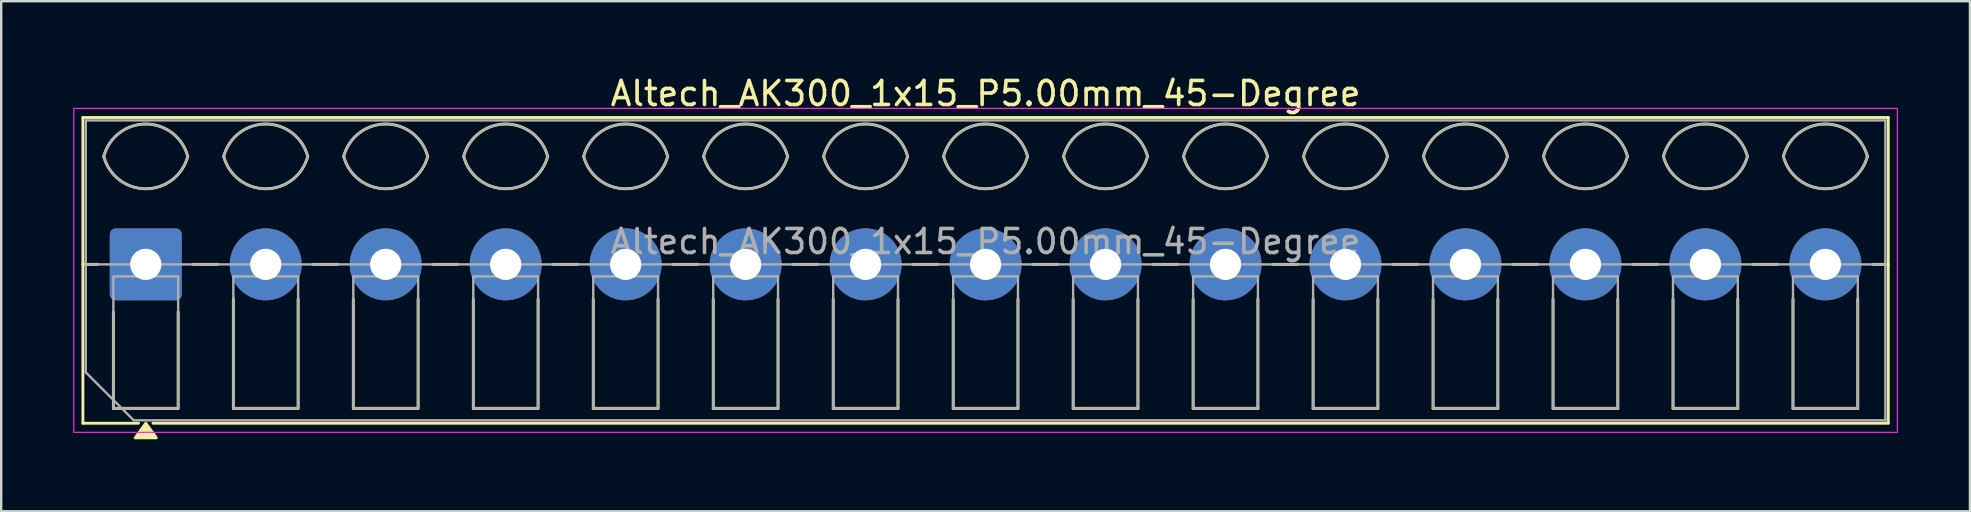
<source format=kicad_pcb>
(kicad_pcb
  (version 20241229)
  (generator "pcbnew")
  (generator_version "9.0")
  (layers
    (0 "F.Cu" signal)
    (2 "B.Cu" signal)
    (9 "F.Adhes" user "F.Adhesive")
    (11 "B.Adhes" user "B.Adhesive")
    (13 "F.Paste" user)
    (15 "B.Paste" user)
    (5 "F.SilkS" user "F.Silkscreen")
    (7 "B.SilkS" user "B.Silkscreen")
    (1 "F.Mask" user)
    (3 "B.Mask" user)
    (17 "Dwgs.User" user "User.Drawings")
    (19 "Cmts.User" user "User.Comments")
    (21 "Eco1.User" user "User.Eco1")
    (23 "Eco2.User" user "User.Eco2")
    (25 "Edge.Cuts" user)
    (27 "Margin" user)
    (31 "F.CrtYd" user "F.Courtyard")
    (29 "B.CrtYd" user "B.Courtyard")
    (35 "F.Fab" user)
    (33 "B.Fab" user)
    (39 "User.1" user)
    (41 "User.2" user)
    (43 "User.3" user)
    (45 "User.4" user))
  (footprint "Altech_AK300_1x15_P5.00mm_45-Degree"
    (layer "F.Cu")
    (at 3.025 7.968)
    (property "Reference" "Altech_AK300_1x15_P5.00mm_45-Degree" (at 35 -7.12 0) (layer "F.SilkS") (effects (font (size 1 1) (thickness 0.15))))
    (attr through_hole)
    (fp_line (start -2.62 -6.12) (end 72.62 -6.12) (stroke (width 0.12) (type solid)) (layer "F.SilkS"))
    (fp_line (start -2.62 0) (end -1.98 0) (stroke (width 0.12) (type solid)) (layer "F.SilkS"))
    (fp_line (start -2.62 6.62) (end -2.62 -6.12) (stroke (width 0.12) (type solid)) (layer "F.SilkS"))
    (fp_line (start -1.35 6) (end -1.35 1.98) (stroke (width 0.12) (type solid)) (layer "F.SilkS"))
    (fp_line (start -0.3 6.62) (end -2.62 6.62) (stroke (width 0.12) (type solid)) (layer "F.SilkS"))
    (fp_line (start 1.35 1.98) (end 1.35 6) (stroke (width 0.12) (type solid)) (layer "F.SilkS"))
    (fp_line (start 1.35 6) (end -1.35 6) (stroke (width 0.12) (type solid)) (layer "F.SilkS"))
    (fp_line (start 1.98 0) (end 3.02 0) (stroke (width 0.12) (type solid)) (layer "F.SilkS"))
    (fp_line (start 3.65 6) (end 3.65 1.448) (stroke (width 0.12) (type solid)) (layer "F.SilkS"))
    (fp_line (start 6.35 1.448) (end 6.35 6) (stroke (width 0.12) (type solid)) (layer "F.SilkS"))
    (fp_line (start 6.35 6) (end 3.65 6) (stroke (width 0.12) (type solid)) (layer "F.SilkS"))
    (fp_line (start 6.98 0) (end 8.02 0) (stroke (width 0.12) (type solid)) (layer "F.SilkS"))
    (fp_line (start 8.65 6) (end 8.65 1.448) (stroke (width 0.12) (type solid)) (layer "F.SilkS"))
    (fp_line (start 11.35 1.448) (end 11.35 6) (stroke (width 0.12) (type solid)) (layer "F.SilkS"))
    (fp_line (start 11.35 6) (end 8.65 6) (stroke (width 0.12) (type solid)) (layer "F.SilkS"))
    (fp_line (start 11.98 0) (end 13.02 0) (stroke (width 0.12) (type solid)) (layer "F.SilkS"))
    (fp_line (start 13.65 6) (end 13.65 1.448) (stroke (width 0.12) (type solid)) (layer "F.SilkS"))
    (fp_line (start 16.35 1.448) (end 16.35 6) (stroke (width 0.12) (type solid)) (layer "F.SilkS"))
    (fp_line (start 16.35 6) (end 13.65 6) (stroke (width 0.12) (type solid)) (layer "F.SilkS"))
    (fp_line (start 16.98 0) (end 18.02 0) (stroke (width 0.12) (type solid)) (layer "F.SilkS"))
    (fp_line (start 18.65 6) (end 18.65 1.448) (stroke (width 0.12) (type solid)) (layer "F.SilkS"))
    (fp_line (start 21.35 1.448) (end 21.35 6) (stroke (width 0.12) (type solid)) (layer "F.SilkS"))
    (fp_line (start 21.35 6) (end 18.65 6) (stroke (width 0.12) (type solid)) (layer "F.SilkS"))
    (fp_line (start 21.98 0) (end 23.02 0) (stroke (width 0.12) (type solid)) (layer "F.SilkS"))
    (fp_line (start 23.65 6) (end 23.65 1.448) (stroke (width 0.12) (type solid)) (layer "F.SilkS"))
    (fp_line (start 26.35 1.448) (end 26.35 6) (stroke (width 0.12) (type solid)) (layer "F.SilkS"))
    (fp_line (start 26.35 6) (end 23.65 6) (stroke (width 0.12) (type solid)) (layer "F.SilkS"))
    (fp_line (start 26.98 0) (end 28.02 0) (stroke (width 0.12) (type solid)) (layer "F.SilkS"))
    (fp_line (start 28.65 6) (end 28.65 1.448) (stroke (width 0.12) (type solid)) (layer "F.SilkS"))
    (fp_line (start 31.35 1.448) (end 31.35 6) (stroke (width 0.12) (type solid)) (layer "F.SilkS"))
    (fp_line (start 31.35 6) (end 28.65 6) (stroke (width 0.12) (type solid)) (layer "F.SilkS"))
    (fp_line (start 31.98 0) (end 33.02 0) (stroke (width 0.12) (type solid)) (layer "F.SilkS"))
    (fp_line (start 33.65 6) (end 33.65 1.448) (stroke (width 0.12) (type solid)) (layer "F.SilkS"))
    (fp_line (start 36.35 1.448) (end 36.35 6) (stroke (width 0.12) (type solid)) (layer "F.SilkS"))
    (fp_line (start 36.35 6) (end 33.65 6) (stroke (width 0.12) (type solid)) (layer "F.SilkS"))
    (fp_line (start 36.98 0) (end 38.02 0) (stroke (width 0.12) (type solid)) (layer "F.SilkS"))
    (fp_line (start 38.65 6) (end 38.65 1.448) (stroke (width 0.12) (type solid)) (layer "F.SilkS"))
    (fp_line (start 41.35 1.448) (end 41.35 6) (stroke (width 0.12) (type solid)) (layer "F.SilkS"))
    (fp_line (start 41.35 6) (end 38.65 6) (stroke (width 0.12) (type solid)) (layer "F.SilkS"))
    (fp_line (start 41.98 0) (end 43.02 0) (stroke (width 0.12) (type solid)) (layer "F.SilkS"))
    (fp_line (start 43.65 6) (end 43.65 1.448) (stroke (width 0.12) (type solid)) (layer "F.SilkS"))
    (fp_line (start 46.35 1.448) (end 46.35 6) (stroke (width 0.12) (type solid)) (layer "F.SilkS"))
    (fp_line (start 46.35 6) (end 43.65 6) (stroke (width 0.12) (type solid)) (layer "F.SilkS"))
    (fp_line (start 46.98 0) (end 48.02 0) (stroke (width 0.12) (type solid)) (layer "F.SilkS"))
    (fp_line (start 48.65 6) (end 48.65 1.448) (stroke (width 0.12) (type solid)) (layer "F.SilkS"))
    (fp_line (start 51.35 1.448) (end 51.35 6) (stroke (width 0.12) (type solid)) (layer "F.SilkS"))
    (fp_line (start 51.35 6) (end 48.65 6) (stroke (width 0.12) (type solid)) (layer "F.SilkS"))
    (fp_line (start 51.98 0) (end 53.02 0) (stroke (width 0.12) (type solid)) (layer "F.SilkS"))
    (fp_line (start 53.65 6) (end 53.65 1.448) (stroke (width 0.12) (type solid)) (layer "F.SilkS"))
    (fp_line (start 56.35 1.448) (end 56.35 6) (stroke (width 0.12) (type solid)) (layer "F.SilkS"))
    (fp_line (start 56.35 6) (end 53.65 6) (stroke (width 0.12) (type solid)) (layer "F.SilkS"))
    (fp_line (start 56.98 0) (end 58.02 0) (stroke (width 0.12) (type solid)) (layer "F.SilkS"))
    (fp_line (start 58.65 6) (end 58.65 1.448) (stroke (width 0.12) (type solid)) (layer "F.SilkS"))
    (fp_line (start 61.35 1.448) (end 61.35 6) (stroke (width 0.12) (type solid)) (layer "F.SilkS"))
    (fp_line (start 61.35 6) (end 58.65 6) (stroke (width 0.12) (type solid)) (layer "F.SilkS"))
    (fp_line (start 61.98 0) (end 63.02 0) (stroke (width 0.12) (type solid)) (layer "F.SilkS"))
    (fp_line (start 63.65 6) (end 63.65 1.448) (stroke (width 0.12) (type solid)) (layer "F.SilkS"))
    (fp_line (start 66.35 1.448) (end 66.35 6) (stroke (width 0.12) (type solid)) (layer "F.SilkS"))
    (fp_line (start 66.35 6) (end 63.65 6) (stroke (width 0.12) (type solid)) (layer "F.SilkS"))
    (fp_line (start 66.98 0) (end 68.02 0) (stroke (width 0.12) (type solid)) (layer "F.SilkS"))
    (fp_line (start 68.65 6) (end 68.65 1.448) (stroke (width 0.12) (type solid)) (layer "F.SilkS"))
    (fp_line (start 71.35 1.448) (end 71.35 6) (stroke (width 0.12) (type solid)) (layer "F.SilkS"))
    (fp_line (start 71.35 6) (end 68.65 6) (stroke (width 0.12) (type solid)) (layer "F.SilkS"))
    (fp_line (start 71.98 0) (end 72.62 0) (stroke (width 0.12) (type solid)) (layer "F.SilkS"))
    (fp_line (start 72.62 -6.12) (end 72.62 6.62) (stroke (width 0.12) (type solid)) (layer "F.SilkS"))
    (fp_line (start 72.62 6.62) (end 0.3 6.62) (stroke (width 0.12) (type solid)) (layer "F.SilkS"))
    (fp_arc (start -1.75 -4.5) (mid 0 -5.85) (end 1.75 -4.5) (stroke (width 0.12) (type solid)) (layer "F.SilkS"))
    (fp_arc (start 1.75 -4.5) (mid 0 -3.15) (end -1.75 -4.5) (stroke (width 0.12) (type solid)) (layer "F.SilkS"))
    (fp_arc (start 3.25 -4.5) (mid 5 -5.85) (end 6.75 -4.5) (stroke (width 0.12) (type solid)) (layer "F.SilkS"))
    (fp_arc (start 6.75 -4.5) (mid 5 -3.15) (end 3.25 -4.5) (stroke (width 0.12) (type solid)) (layer "F.SilkS"))
    (fp_arc (start 8.25 -4.5) (mid 10 -5.85) (end 11.75 -4.5) (stroke (width 0.12) (type solid)) (layer "F.SilkS"))
    (fp_arc (start 11.75 -4.5) (mid 10 -3.15) (end 8.25 -4.5) (stroke (width 0.12) (type solid)) (layer "F.SilkS"))
    (fp_arc (start 13.25 -4.5) (mid 15 -5.85) (end 16.75 -4.5) (stroke (width 0.12) (type solid)) (layer "F.SilkS"))
    (fp_arc (start 16.75 -4.5) (mid 15 -3.15) (end 13.25 -4.5) (stroke (width 0.12) (type solid)) (layer "F.SilkS"))
    (fp_arc (start 18.25 -4.5) (mid 20 -5.85) (end 21.75 -4.5) (stroke (width 0.12) (type solid)) (layer "F.SilkS"))
    (fp_arc (start 21.75 -4.5) (mid 20 -3.15) (end 18.25 -4.5) (stroke (width 0.12) (type solid)) (layer "F.SilkS"))
    (fp_arc (start 23.25 -4.5) (mid 25 -5.85) (end 26.75 -4.5) (stroke (width 0.12) (type solid)) (layer "F.SilkS"))
    (fp_arc (start 26.75 -4.5) (mid 25 -3.15) (end 23.25 -4.5) (stroke (width 0.12) (type solid)) (layer "F.SilkS"))
    (fp_arc (start 28.25 -4.5) (mid 30 -5.85) (end 31.75 -4.5) (stroke (width 0.12) (type solid)) (layer "F.SilkS"))
    (fp_arc (start 31.75 -4.5) (mid 30 -3.15) (end 28.25 -4.5) (stroke (width 0.12) (type solid)) (layer "F.SilkS"))
    (fp_arc (start 33.25 -4.5) (mid 35 -5.85) (end 36.75 -4.5) (stroke (width 0.12) (type solid)) (layer "F.SilkS"))
    (fp_arc (start 36.75 -4.5) (mid 35 -3.15) (end 33.25 -4.5) (stroke (width 0.12) (type solid)) (layer "F.SilkS"))
    (fp_arc (start 38.25 -4.5) (mid 40 -5.85) (end 41.75 -4.5) (stroke (width 0.12) (type solid)) (layer "F.SilkS"))
    (fp_arc (start 41.75 -4.5) (mid 40 -3.15) (end 38.25 -4.5) (stroke (width 0.12) (type solid)) (layer "F.SilkS"))
    (fp_arc (start 43.25 -4.5) (mid 45 -5.85) (end 46.75 -4.5) (stroke (width 0.12) (type solid)) (layer "F.SilkS"))
    (fp_arc (start 46.75 -4.5) (mid 45 -3.15) (end 43.25 -4.5) (stroke (width 0.12) (type solid)) (layer "F.SilkS"))
    (fp_arc (start 48.25 -4.5) (mid 50 -5.85) (end 51.75 -4.5) (stroke (width 0.12) (type solid)) (layer "F.SilkS"))
    (fp_arc (start 51.75 -4.5) (mid 50 -3.15) (end 48.25 -4.5) (stroke (width 0.12) (type solid)) (layer "F.SilkS"))
    (fp_arc (start 53.25 -4.5) (mid 55 -5.85) (end 56.75 -4.5) (stroke (width 0.12) (type solid)) (layer "F.SilkS"))
    (fp_arc (start 56.75 -4.5) (mid 55 -3.15) (end 53.25 -4.5) (stroke (width 0.12) (type solid)) (layer "F.SilkS"))
    (fp_arc (start 58.25 -4.5) (mid 60 -5.85) (end 61.75 -4.5) (stroke (width 0.12) (type solid)) (layer "F.SilkS"))
    (fp_arc (start 61.75 -4.5) (mid 60 -3.15) (end 58.25 -4.5) (stroke (width 0.12) (type solid)) (layer "F.SilkS"))
    (fp_arc (start 63.25 -4.5) (mid 65 -5.85) (end 66.75 -4.5) (stroke (width 0.12) (type solid)) (layer "F.SilkS"))
    (fp_arc (start 66.75 -4.5) (mid 65 -3.15) (end 63.25 -4.5) (stroke (width 0.12) (type solid)) (layer "F.SilkS"))
    (fp_arc (start 68.25 -4.5) (mid 70 -5.85) (end 71.75 -4.5) (stroke (width 0.12) (type solid)) (layer "F.SilkS"))
    (fp_arc (start 71.75 -4.5) (mid 70 -3.15) (end 68.25 -4.5) (stroke (width 0.12) (type solid)) (layer "F.SilkS"))
    (fp_poly (pts (xy 0 6.62) (xy 0.44 7.23) (xy -0.44 7.23)) (stroke (width 0.12) (type solid)) (fill yes) (layer "F.SilkS"))
    (fp_rect (start -3 -6.5) (end 73 7) (stroke (width 0.05) (type solid)) (fill no) (layer "F.CrtYd"))
    (fp_line (start -2.5 -6) (end 72.5 -6) (stroke (width 0.1) (type solid)) (layer "F.Fab"))
    (fp_line (start -2.5 0) (end 72.5 0) (stroke (width 0.1) (type solid)) (layer "F.Fab"))
    (fp_line (start -2.5 4.5) (end -2.5 -6) (stroke (width 0.1) (type solid)) (layer "F.Fab"))
    (fp_line (start -0.5 6.5) (end -2.5 4.5) (stroke (width 0.1) (type solid)) (layer "F.Fab"))
    (fp_line (start 72.5 -6) (end 72.5 6.5) (stroke (width 0.1) (type solid)) (layer "F.Fab"))
    (fp_line (start 72.5 6.5) (end -0.5 6.5) (stroke (width 0.1) (type solid)) (layer "F.Fab"))
    (fp_rect (start -1.35 0.5) (end 1.35 6) (stroke (width 0.1) (type solid)) (fill no) (layer "F.Fab"))
    (fp_rect (start 3.65 0.5) (end 6.35 6) (stroke (width 0.1) (type solid)) (fill no) (layer "F.Fab"))
    (fp_rect (start 8.65 0.5) (end 11.351 6) (stroke (width 0.1) (type solid)) (fill no) (layer "F.Fab"))
    (fp_rect (start 13.65 0.5) (end 16.351 6) (stroke (width 0.1) (type solid)) (fill no) (layer "F.Fab"))
    (fp_rect (start 18.65 0.5) (end 21.35 6) (stroke (width 0.1) (type solid)) (fill no) (layer "F.Fab"))
    (fp_rect (start 23.65 0.5) (end 26.35 6) (stroke (width 0.1) (type solid)) (fill no) (layer "F.Fab"))
    (fp_rect (start 28.65 0.5) (end 31.35 6) (stroke (width 0.1) (type solid)) (fill no) (layer "F.Fab"))
    (fp_rect (start 33.65 0.5) (end 36.35 6) (stroke (width 0.1) (type solid)) (fill no) (layer "F.Fab"))
    (fp_rect (start 38.65 0.5) (end 41.35 6) (stroke (width 0.1) (type solid)) (fill no) (layer "F.Fab"))
    (fp_rect (start 43.65 0.5) (end 46.35 6) (stroke (width 0.1) (type solid)) (fill no) (layer "F.Fab"))
    (fp_rect (start 48.65 0.5) (end 51.35 6) (stroke (width 0.1) (type solid)) (fill no) (layer "F.Fab"))
    (fp_rect (start 53.65 0.5) (end 56.35 6) (stroke (width 0.1) (type solid)) (fill no) (layer "F.Fab"))
    (fp_rect (start 58.65 0.5) (end 61.35 6) (stroke (width 0.1) (type solid)) (fill no) (layer "F.Fab"))
    (fp_rect (start 63.65 0.5) (end 66.35 6) (stroke (width 0.1) (type solid)) (fill no) (layer "F.Fab"))
    (fp_rect (start 68.65 0.5) (end 71.35 6) (stroke (width 0.1) (type solid)) (fill no) (layer "F.Fab"))
    (fp_arc (start -1.75 -4.5) (mid 0 -5.85) (end 1.75 -4.5) (stroke (width 0.1) (type solid)) (layer "F.Fab"))
    (fp_arc (start 1.75 -4.5) (mid 0 -3.15) (end -1.75 -4.5) (stroke (width 0.1) (type solid)) (layer "F.Fab"))
    (fp_arc (start 3.25 -4.5) (mid 5 -5.85) (end 6.75 -4.5) (stroke (width 0.1) (type solid)) (layer "F.Fab"))
    (fp_arc (start 6.75 -4.5) (mid 5 -3.15) (end 3.25 -4.5) (stroke (width 0.1) (type solid)) (layer "F.Fab"))
    (fp_arc (start 8.25 -4.5) (mid 10 -5.85) (end 11.75 -4.5) (stroke (width 0.1) (type solid)) (layer "F.Fab"))
    (fp_arc (start 11.75 -4.5) (mid 10 -3.15) (end 8.25 -4.5) (stroke (width 0.1) (type solid)) (layer "F.Fab"))
    (fp_arc (start 13.25 -4.5) (mid 15 -5.85) (end 16.75 -4.5) (stroke (width 0.1) (type solid)) (layer "F.Fab"))
    (fp_arc (start 16.75 -4.5) (mid 15 -3.15) (end 13.25 -4.5) (stroke (width 0.1) (type solid)) (layer "F.Fab"))
    (fp_arc (start 18.25 -4.5) (mid 20 -5.85) (end 21.75 -4.5) (stroke (width 0.1) (type solid)) (layer "F.Fab"))
    (fp_arc (start 21.75 -4.5) (mid 20 -3.15) (end 18.25 -4.5) (stroke (width 0.1) (type solid)) (layer "F.Fab"))
    (fp_arc (start 23.25 -4.5) (mid 25 -5.85) (end 26.75 -4.5) (stroke (width 0.1) (type solid)) (layer "F.Fab"))
    (fp_arc (start 26.75 -4.5) (mid 25 -3.15) (end 23.25 -4.5) (stroke (width 0.1) (type solid)) (layer "F.Fab"))
    (fp_arc (start 28.25 -4.5) (mid 30 -5.85) (end 31.75 -4.5) (stroke (width 0.1) (type solid)) (layer "F.Fab"))
    (fp_arc (start 31.75 -4.5) (mid 30 -3.15) (end 28.25 -4.5) (stroke (width 0.1) (type solid)) (layer "F.Fab"))
    (fp_arc (start 33.25 -4.5) (mid 35 -5.85) (end 36.75 -4.5) (stroke (width 0.1) (type solid)) (layer "F.Fab"))
    (fp_arc (start 36.75 -4.5) (mid 35 -3.15) (end 33.25 -4.5) (stroke (width 0.1) (type solid)) (layer "F.Fab"))
    (fp_arc (start 38.25 -4.5) (mid 40 -5.85) (end 41.75 -4.5) (stroke (width 0.1) (type solid)) (layer "F.Fab"))
    (fp_arc (start 41.75 -4.5) (mid 40 -3.15) (end 38.25 -4.5) (stroke (width 0.1) (type solid)) (layer "F.Fab"))
    (fp_arc (start 43.25 -4.5) (mid 45 -5.85) (end 46.75 -4.5) (stroke (width 0.1) (type solid)) (layer "F.Fab"))
    (fp_arc (start 46.75 -4.5) (mid 45 -3.15) (end 43.25 -4.5) (stroke (width 0.1) (type solid)) (layer "F.Fab"))
    (fp_arc (start 48.25 -4.5) (mid 50 -5.85) (end 51.75 -4.5) (stroke (width 0.1) (type solid)) (layer "F.Fab"))
    (fp_arc (start 51.75 -4.5) (mid 50 -3.15) (end 48.25 -4.5) (stroke (width 0.1) (type solid)) (layer "F.Fab"))
    (fp_arc (start 53.25 -4.5) (mid 55 -5.85) (end 56.75 -4.5) (stroke (width 0.1) (type solid)) (layer "F.Fab"))
    (fp_arc (start 56.75 -4.5) (mid 55 -3.15) (end 53.25 -4.5) (stroke (width 0.1) (type solid)) (layer "F.Fab"))
    (fp_arc (start 58.25 -4.5) (mid 60 -5.85) (end 61.75 -4.5) (stroke (width 0.1) (type solid)) (layer "F.Fab"))
    (fp_arc (start 61.75 -4.5) (mid 60 -3.15) (end 58.25 -4.5) (stroke (width 0.1) (type solid)) (layer "F.Fab"))
    (fp_arc (start 63.25 -4.5) (mid 65 -5.85) (end 66.75 -4.5) (stroke (width 0.1) (type solid)) (layer "F.Fab"))
    (fp_arc (start 66.75 -4.5) (mid 65 -3.15) (end 63.25 -4.5) (stroke (width 0.1) (type solid)) (layer "F.Fab"))
    (fp_arc (start 68.25 -4.5) (mid 70 -5.85) (end 71.75 -4.5) (stroke (width 0.1) (type solid)) (layer "F.Fab"))
    (fp_arc (start 71.75 -4.5) (mid 70 -3.15) (end 68.25 -4.5) (stroke (width 0.1) (type solid)) (layer "F.Fab"))
    (fp_text user "${REFERENCE}" (at 35 -0.95 0) (layer "F.Fab") (effects (font (size 1 1) (thickness 0.15))))
    (pad "1" thru_hole roundrect (at 0 0) (size 3 3) (drill 1.3) (layers "*.Cu" "*.Mask") (roundrect_rratio 0.083))
    (pad "2" thru_hole circle (at 5 0) (size 3 3) (drill 1.3) (layers "*.Cu" "*.Mask"))
    (pad "3" thru_hole circle (at 10 0) (size 3 3) (drill 1.3) (layers "*.Cu" "*.Mask"))
    (pad "4" thru_hole circle (at 15 0) (size 3 3) (drill 1.3) (layers "*.Cu" "*.Mask"))
    (pad "5" thru_hole circle (at 20 0) (size 3 3) (drill 1.3) (layers "*.Cu" "*.Mask"))
    (pad "6" thru_hole circle (at 25 0) (size 3 3) (drill 1.3) (layers "*.Cu" "*.Mask"))
    (pad "7" thru_hole circle (at 30 0) (size 3 3) (drill 1.3) (layers "*.Cu" "*.Mask"))
    (pad "8" thru_hole circle (at 35 0) (size 3 3) (drill 1.3) (layers "*.Cu" "*.Mask"))
    (pad "9" thru_hole circle (at 40 0) (size 3 3) (drill 1.3) (layers "*.Cu" "*.Mask"))
    (pad "10" thru_hole circle (at 45 0) (size 3 3) (drill 1.3) (layers "*.Cu" "*.Mask"))
    (pad "11" thru_hole circle (at 50 0) (size 3 3) (drill 1.3) (layers "*.Cu" "*.Mask"))
    (pad "12" thru_hole circle (at 55 0) (size 3 3) (drill 1.3) (layers "*.Cu" "*.Mask"))
    (pad "13" thru_hole circle (at 60 0) (size 3 3) (drill 1.3) (layers "*.Cu" "*.Mask"))
    (pad "14" thru_hole circle (at 65 0) (size 3 3) (drill 1.3) (layers "*.Cu" "*.Mask"))
    (pad "15" thru_hole circle (at 70 0) (size 3 3) (drill 1.3) (layers "*.Cu" "*.Mask")))
  (gr_rect
    (start -3 -3)
    (end 79.05 18.258)
    (stroke (width 0.1) (type default))
    (fill no)
    (layer "Edge.Cuts")))
</source>
